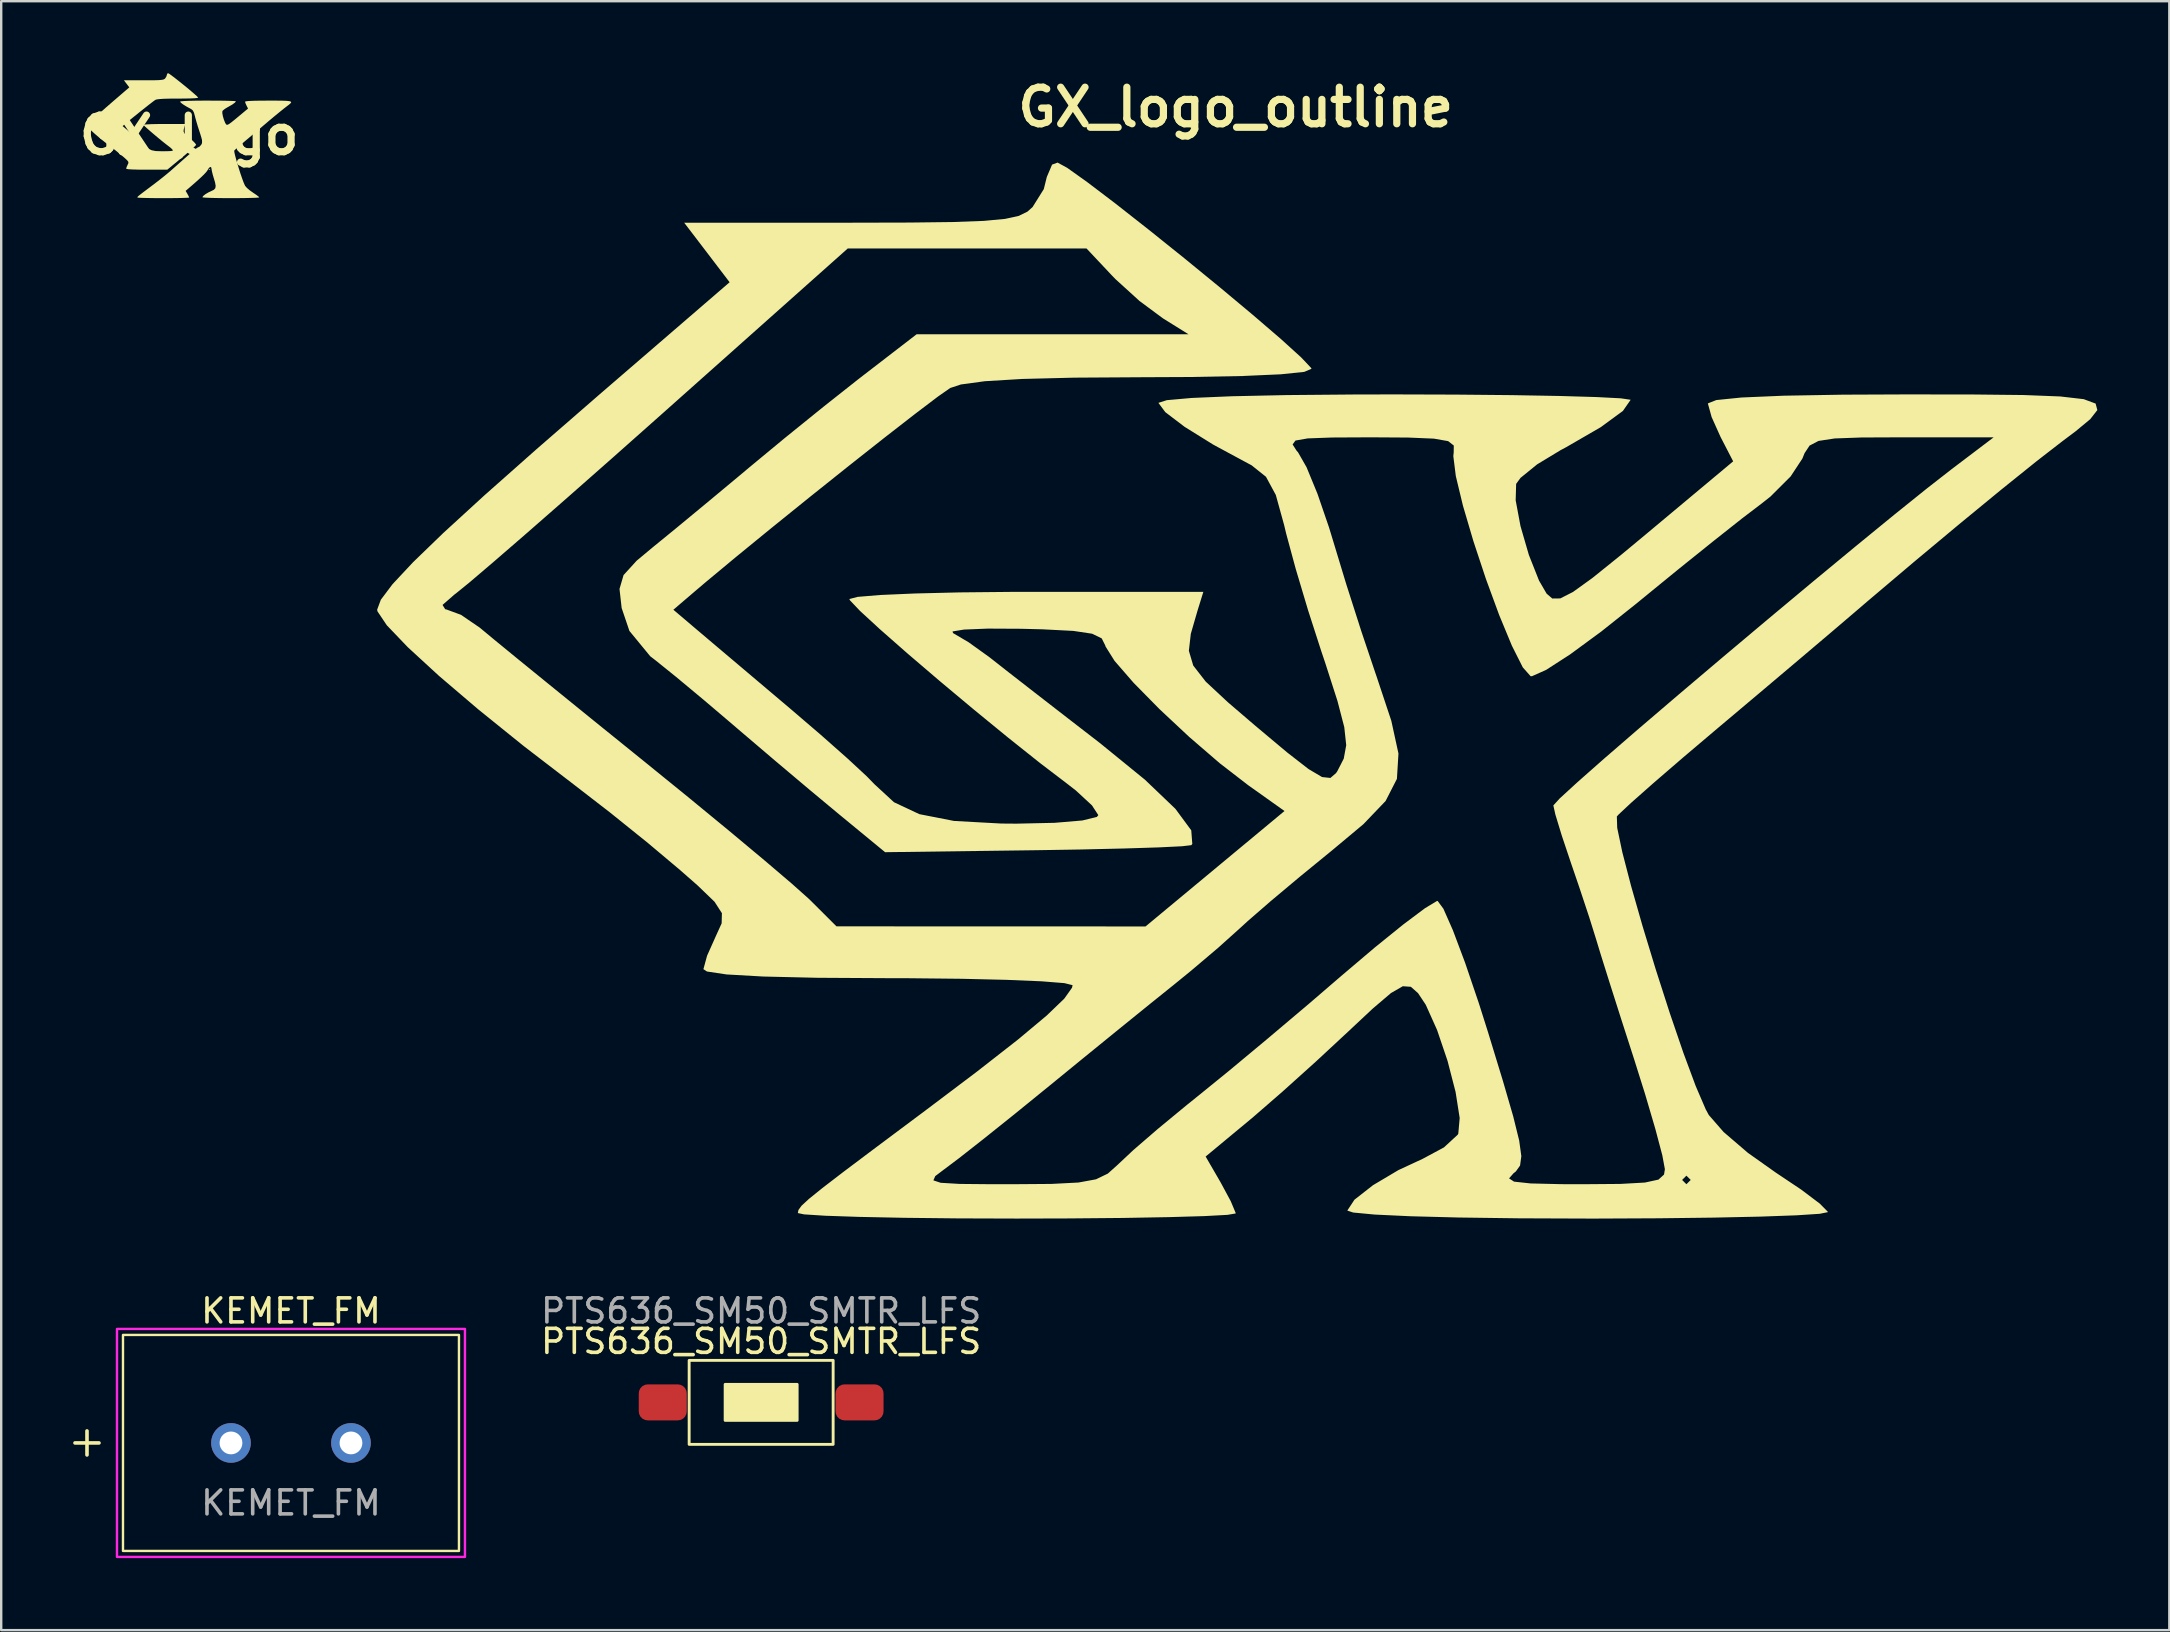
<source format=kicad_pcb>
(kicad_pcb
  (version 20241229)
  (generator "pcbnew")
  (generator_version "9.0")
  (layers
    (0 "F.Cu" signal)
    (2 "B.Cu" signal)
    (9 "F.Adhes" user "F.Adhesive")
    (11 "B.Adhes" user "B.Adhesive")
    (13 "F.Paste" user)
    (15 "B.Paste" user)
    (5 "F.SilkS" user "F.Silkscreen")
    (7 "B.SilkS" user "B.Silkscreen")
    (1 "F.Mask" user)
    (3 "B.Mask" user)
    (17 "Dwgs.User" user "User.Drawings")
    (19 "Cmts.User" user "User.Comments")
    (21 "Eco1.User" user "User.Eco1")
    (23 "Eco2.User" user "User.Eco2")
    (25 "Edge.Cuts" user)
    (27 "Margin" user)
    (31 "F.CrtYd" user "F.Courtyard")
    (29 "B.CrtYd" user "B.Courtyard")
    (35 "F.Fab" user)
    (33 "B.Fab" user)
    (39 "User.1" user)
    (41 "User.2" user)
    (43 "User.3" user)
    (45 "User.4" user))
  (footprint "GX_logo"
    (layer "F.Cu")
    (at 4.833 2.582)
    (property "Reference" "GX_logo" (at 0 0 0) (layer "F.SilkS") (effects (font (size 1.524 1.524) (thickness 0.3))))
    (attr board_only exclude_from_pos_files exclude_from_bom)
    (fp_poly (pts (xy 0.875 1.411) (xy 0.869 1.436) (xy 0.847 1.439) (xy 0.812 1.424) (xy 0.818 1.411) (xy 0.869 1.406)) (stroke (width 0) (type solid)) (fill yes) (layer "F.SilkS"))
    (fp_poly (pts (xy -0.831 -2.557) (xy -0.732 -2.486) (xy -0.595 -2.382) (xy -0.431 -2.253) (xy -0.255 -2.112) (xy -0.078 -1.968) (xy 0.085 -1.831) (xy 0.223 -1.712) (xy 0.323 -1.622) (xy 0.372 -1.57) (xy 0.374 -1.566) (xy 0.338 -1.55) (xy 0.222 -1.538) (xy 0.031 -1.53) (xy -0.23 -1.525) (xy -0.463 -1.524) (xy -0.797 -1.522) (xy -1.053 -1.516) (xy -1.237 -1.504) (xy -1.355 -1.488) (xy -1.407 -1.471) (xy -1.467 -1.429) (xy -1.579 -1.345) (xy -1.73 -1.227) (xy -1.907 -1.087) (xy -2.097 -0.935) (xy -2.287 -0.782) (xy -2.463 -0.639) (xy -2.612 -0.514) (xy -2.659 -0.475) (xy -2.773 -0.378) (xy -2.663 -0.284) (xy -2.584 -0.218) (xy -2.461 -0.113) (xy -2.31 0.014) (xy -2.197 0.11) (xy -2.046 0.24) (xy -1.914 0.356) (xy -1.819 0.444) (xy -1.781 0.483) (xy -1.685 0.572) (xy -1.56 0.63) (xy -1.389 0.664) (xy -1.156 0.677) (xy -1.082 0.677) (xy -0.893 0.673) (xy -0.756 0.662) (xy -0.685 0.644) (xy -0.677 0.635) (xy -0.709 0.587) (xy -0.788 0.514) (xy -0.836 0.477) (xy -0.965 0.378) (xy -1.12 0.255) (xy -1.289 0.116) (xy -1.46 -0.027) (xy -1.619 -0.163) (xy -1.754 -0.281) (xy -1.853 -0.372) (xy -1.902 -0.424) (xy -1.905 -0.43) (xy -1.865 -0.441) (xy -1.752 -0.45) (xy -1.58 -0.458) (xy -1.361 -0.463) (xy -1.107 -0.466) (xy -1.032 -0.466) (xy -0.159 -0.466) (xy -0.189 -0.37) (xy -0.225 -0.245) (xy -0.234 -0.157) (xy -0.206 -0.084) (xy -0.132 -0.004) (xy -0.003 0.105) (xy 0.02 0.123) (xy 0.146 0.232) (xy 0.239 0.327) (xy 0.286 0.391) (xy 0.288 0.404) (xy 0.252 0.448) (xy 0.162 0.535) (xy 0.027 0.655) (xy -0.142 0.801) (xy -0.318 0.948) (xy -0.91 1.437) (xy -1.767 1.438) (xy -2.105 1.437) (xy -2.359 1.43) (xy -2.529 1.42) (xy -2.614 1.404) (xy -2.625 1.395) (xy -2.607 1.328) (xy -2.563 1.232) (xy -2.535 1.169) (xy -2.533 1.119) (xy -2.57 1.063) (xy -2.653 0.982) (xy -2.74 0.906) (xy -2.898 0.773) (xy -3.085 0.622) (xy -3.26 0.487) (xy -3.26 0.487) (xy -3.509 0.296) (xy -3.734 0.114) (xy -3.928 -0.051) (xy -4.082 -0.192) (xy -4.186 -0.301) (xy -4.232 -0.37) (xy -4.233 -0.378) (xy -4.215 -0.427) (xy -4.158 -0.503) (xy -4.056 -0.612) (xy -3.907 -0.756) (xy -3.706 -0.941) (xy -3.447 -1.17) (xy -3.128 -1.447) (xy -3.098 -1.472) (xy -2.495 -1.992) (xy -2.607 -2.139) (xy -2.719 -2.286) (xy -1.895 -2.286) (xy -1.609 -2.287) (xy -1.395 -2.289) (xy -1.242 -2.295) (xy -1.137 -2.305) (xy -1.069 -2.32) (xy -1.027 -2.341) (xy -1.001 -2.363) (xy -0.946 -2.452) (xy -0.931 -2.512) (xy -0.905 -2.572) (xy -0.878 -2.582)) (stroke (width 0) (type solid)) (fill yes) (layer "F.SilkS"))
    (fp_poly (pts (xy 3.634 -1.439) (xy 3.885 -1.436) (xy 4.066 -1.429) (xy 4.182 -1.416) (xy 4.24 -1.394) (xy 4.249 -1.362) (xy 4.214 -1.317) (xy 4.142 -1.258) (xy 4.076 -1.208) (xy 3.951 -1.111) (xy 3.777 -0.971) (xy 3.57 -0.801) (xy 3.344 -0.613) (xy 3.116 -0.419) (xy 3.046 -0.36) (xy 2.94 -0.269) (xy 2.787 -0.14) (xy 2.607 0.012) (xy 2.418 0.172) (xy 2.375 0.208) (xy 2.206 0.351) (xy 2.06 0.477) (xy 1.95 0.574) (xy 1.888 0.632) (xy 1.879 0.642) (xy 1.881 0.698) (xy 1.906 0.818) (xy 1.95 0.985) (xy 2.007 1.183) (xy 2.072 1.397) (xy 2.14 1.611) (xy 2.208 1.807) (xy 2.268 1.971) (xy 2.318 2.086) (xy 2.333 2.114) (xy 2.406 2.198) (xy 2.526 2.301) (xy 2.662 2.397) (xy 2.788 2.482) (xy 2.88 2.551) (xy 2.92 2.591) (xy 2.92 2.593) (xy 2.88 2.601) (xy 2.766 2.609) (xy 2.588 2.615) (xy 2.358 2.62) (xy 2.086 2.623) (xy 1.783 2.625) (xy 1.736 2.625) (xy 1.395 2.623) (xy 1.101 2.619) (xy 0.862 2.613) (xy 0.685 2.605) (xy 0.579 2.595) (xy 0.55 2.585) (xy 0.586 2.532) (xy 0.677 2.46) (xy 0.803 2.385) (xy 0.922 2.33) (xy 1.03 2.276) (xy 1.089 2.21) (xy 1.104 2.113) (xy 1.078 1.969) (xy 1.034 1.82) (xy 0.985 1.655) (xy 0.949 1.51) (xy 0.932 1.413) (xy 0.932 1.404) (xy 0.913 1.332) (xy 0.865 1.33) (xy 0.804 1.393) (xy 0.771 1.452) (xy 0.719 1.527) (xy 0.618 1.637) (xy 0.465 1.784) (xy 0.253 1.975) (xy 0 2.195) (xy -0.148 2.322) (xy -0.074 2.448) (xy -0.024 2.54) (xy -0.000335 2.596) (xy 0 2.599) (xy -0.04 2.606) (xy -0.154 2.612) (xy -0.33 2.618) (xy -0.558 2.622) (xy -0.825 2.624) (xy -1.079 2.625) (xy -1.372 2.624) (xy -1.634 2.621) (xy -1.855 2.616) (xy -2.024 2.611) (xy -2.128 2.604) (xy -2.159 2.598) (xy -2.156 2.583) (xy -2.142 2.562) (xy -2.106 2.529) (xy -2.041 2.476) (xy -1.936 2.395) (xy -1.783 2.28) (xy -1.573 2.122) (xy -1.542 2.099) (xy -1.334 1.94) (xy -1.123 1.775) (xy -0.932 1.62) (xy -0.783 1.495) (xy -0.762 1.476) (xy -0.461 1.209) (xy -0.217 0.993) (xy -0.024 0.824) (xy 0.123 0.697) (xy 0.23 0.607) (xy 0.304 0.548) (xy 0.349 0.517) (xy 0.371 0.508) (xy 0.437 0.474) (xy 0.505 0.395) (xy 0.547 0.306) (xy 0.55 0.28) (xy 0.537 0.209) (xy 0.502 0.081) (xy 0.452 -0.083) (xy 0.422 -0.173) (xy 0.357 -0.375) (xy 0.296 -0.58) (xy 0.249 -0.752) (xy 0.239 -0.795) (xy 0.198 -0.943) (xy 0.149 -1.033) (xy 0.078 -1.09) (xy 0.06 -1.099) (xy -0.111 -1.192) (xy -0.252 -1.28) (xy -0.347 -1.352) (xy -0.381 -1.398) (xy -0.339 -1.411) (xy -0.217 -1.422) (xy -0.019 -1.43) (xy 0.251 -1.436) (xy 0.588 -1.439) (xy 0.783 -1.439) (xy 1.087 -1.438) (xy 1.362 -1.436) (xy 1.596 -1.432) (xy 1.778 -1.426) (xy 1.899 -1.42) (xy 1.947 -1.413) (xy 1.947 -1.412) (xy 1.909 -1.358) (xy 1.801 -1.278) (xy 1.629 -1.179) (xy 1.603 -1.165) (xy 1.487 -1.095) (xy 1.405 -1.028) (xy 1.383 -0.998) (xy 1.381 -0.917) (xy 1.404 -0.79) (xy 1.446 -0.648) (xy 1.496 -0.521) (xy 1.533 -0.457) (xy 1.561 -0.433) (xy 1.601 -0.433) (xy 1.663 -0.465) (xy 1.759 -0.535) (xy 1.901 -0.649) (xy 2.02 -0.748) (xy 2.453 -1.109) (xy 2.391 -1.23) (xy 2.347 -1.328) (xy 2.328 -1.394) (xy 2.328 -1.395) (xy 2.37 -1.411) (xy 2.494 -1.424) (xy 2.702 -1.433) (xy 2.993 -1.438) (xy 3.306 -1.439)) (stroke (width 0) (type solid)) (fill yes) (layer "F.SilkS")))
  (footprint "KEMET_FM"
    (layer "F.Cu")
    (at 9.075 57.077)
    (property "Reference" "KEMET_FM" (at 0 -5.5 0) (unlocked yes) (layer "F.SilkS") (effects (font (size 1 1) (thickness 0.15))))
    (attr smd)
    (fp_line (start -9 0) (end -8 0) (stroke (width 0.15) (type default)) (layer "F.SilkS"))
    (fp_line (start -8.5 -0.5) (end -8.5 0.5) (stroke (width 0.15) (type default)) (layer "F.SilkS"))
    (fp_rect (start -7 -4.5) (end 7 4.5) (stroke (width 0.1) (type default)) (fill no) (layer "F.SilkS"))
    (fp_rect (start -7.25 -4.75) (end 7.25 4.75) (stroke (width 0.1) (type default)) (fill no) (layer "F.CrtYd"))
    (fp_text user "${REFERENCE}" (at 0 2.5 0) (unlocked yes) (layer "F.Fab") (effects (font (size 1 1) (thickness 0.15))))
    (pad "1" thru_hole circle (at -2.5 0) (size 1.65 1.65) (drill 0.95) (layers "*.Cu" "*.Mask"))
    (pad "2" thru_hole circle (at 2.5 0) (size 1.65 1.65) (drill 0.95) (layers "*.Cu" "*.Mask")))
  (footprint "GX_logo_outline"
    (layer "F.Cu")
    (at 48.441 25.548)
    (property "Reference" "GX_logo_outline" (at 0 -24.13 0) (layer "F.SilkS") (effects (font (size 1.524 1.524) (thickness 0.3))))
    (attr board_only exclude_from_pos_files exclude_from_bom)
    (fp_poly (pts (xy -7.022 -21.605) (xy -6.187 -21.01) (xy -5.024 -20.127) (xy -3.644 -19.043) (xy -2.153 -17.847) (xy -0.662 -16.627) (xy 0.721 -15.471) (xy 1.889 -14.467) (xy 2.731 -13.703) (xy 3.141 -13.268) (xy 3.16 -13.231) (xy 2.857 -13.102) (xy 1.879 -13.001) (xy 0.265 -12.929) (xy -1.945 -12.888) (xy -3.91 -12.879) (xy -6.734 -12.861) (xy -8.897 -12.807) (xy -10.451 -12.713) (xy -11.451 -12.577) (xy -11.892 -12.432) (xy -12.397 -12.08) (xy -13.343 -11.363) (xy -14.621 -10.37) (xy -16.118 -9.188) (xy -17.723 -7.906) (xy -19.326 -6.612) (xy -20.814 -5.396) (xy -22.077 -4.346) (xy -22.473 -4.01) (xy -23.432 -3.19) (xy -22.501 -2.4) (xy -21.841 -1.841) (xy -20.795 -0.957) (xy -19.525 0.117) (xy -18.566 0.928) (xy -17.287 2.024) (xy -16.177 3.006) (xy -15.374 3.75) (xy -15.051 4.082) (xy -14.239 4.831) (xy -13.181 5.328) (xy -11.736 5.611) (xy -9.765 5.719) (xy -9.14 5.724) (xy -7.545 5.689) (xy -6.388 5.591) (xy -5.785 5.443) (xy -5.724 5.368) (xy -5.989 4.962) (xy -6.661 4.341) (xy -7.065 4.027) (xy -8.153 3.198) (xy -9.466 2.152) (xy -10.897 0.981) (xy -12.339 -0.225) (xy -13.684 -1.375) (xy -14.826 -2.379) (xy -15.657 -3.144) (xy -16.072 -3.581) (xy -16.099 -3.636) (xy -15.758 -3.726) (xy -14.808 -3.805) (xy -13.354 -3.868) (xy -11.5 -3.913) (xy -9.353 -3.934) (xy -8.723 -3.935) (xy -1.348 -3.935) (xy -1.597 -3.13) (xy -1.87 -2.187) (xy -1.951 -1.48) (xy -1.769 -0.865) (xy -1.248 -0.195) (xy -0.317 0.672) (xy 0.826 1.651) (xy 2.146 2.757) (xy 3.035 3.448) (xy 3.6 3.782) (xy 3.947 3.819) (xy 4.182 3.617) (xy 4.237 3.534) (xy 4.503 3.015) (xy 4.606 2.454) (xy 4.525 1.702) (xy 4.241 0.611) (xy 3.734 -0.966) (xy 3.567 -1.463) (xy 3.016 -3.17) (xy 2.499 -4.902) (xy 2.105 -6.358) (xy 2.019 -6.718) (xy 1.672 -7.973) (xy 1.262 -8.731) (xy 0.66 -9.211) (xy 0.509 -9.291) (xy -0.938 -10.072) (xy -2.13 -10.813) (xy -2.934 -11.425) (xy -3.22 -11.811) (xy -2.868 -11.923) (xy -1.837 -12.015) (xy -0.163 -12.086) (xy 2.119 -12.135) (xy 4.973 -12.16) (xy 6.618 -12.163) (xy 9.188 -12.155) (xy 11.507 -12.133) (xy 13.484 -12.098) (xy 15.029 -12.053) (xy 16.049 -12) (xy 16.453 -11.94) (xy 16.456 -11.935) (xy 16.135 -11.474) (xy 15.216 -10.8) (xy 13.767 -9.961) (xy 13.55 -9.846) (xy 12.564 -9.25) (xy 11.869 -8.685) (xy 11.687 -8.435) (xy 11.667 -7.75) (xy 11.868 -6.675) (xy 12.217 -5.473) (xy 12.64 -4.406) (xy 12.957 -3.86) (xy 13.193 -3.658) (xy 13.527 -3.662) (xy 14.054 -3.93) (xy 14.869 -4.517) (xy 16.067 -5.482) (xy 17.073 -6.317) (xy 20.73 -9.374) (xy 20.203 -10.393) (xy 19.833 -11.218) (xy 19.676 -11.784) (xy 19.676 -11.788) (xy 20.026 -11.927) (xy 21.077 -12.034) (xy 22.832 -12.109) (xy 25.297 -12.152) (xy 27.934 -12.163) (xy 30.713 -12.16) (xy 32.835 -12.137) (xy 34.357 -12.078) (xy 35.337 -11.965) (xy 35.834 -11.781) (xy 35.905 -11.509) (xy 35.608 -11.13) (xy 35.002 -10.628) (xy 34.443 -10.208) (xy 33.386 -9.389) (xy 31.917 -8.208) (xy 30.166 -6.769) (xy 28.26 -5.179) (xy 26.329 -3.544) (xy 25.742 -3.041) (xy 24.844 -2.275) (xy 23.555 -1.182) (xy 22.032 0.105) (xy 20.434 1.452) (xy 20.074 1.755) (xy 18.642 2.968) (xy 17.41 4.031) (xy 16.481 4.852) (xy 15.957 5.342) (xy 15.883 5.426) (xy 15.898 5.898) (xy 16.11 6.909) (xy 16.477 8.322) (xy 16.957 10.001) (xy 17.508 11.81) (xy 18.088 13.613) (xy 18.656 15.274) (xy 19.169 16.657) (xy 19.585 17.625) (xy 19.715 17.865) (xy 20.33 18.571) (xy 21.344 19.441) (xy 22.5 20.26) (xy 23.564 20.972) (xy 24.34 21.557) (xy 24.674 21.896) (xy 24.677 21.912) (xy 24.336 21.981) (xy 23.371 22.044) (xy 21.87 22.098) (xy 19.926 22.14) (xy 17.627 22.168) (xy 15.066 22.18) (xy 14.668 22.18) (xy 11.787 22.169) (xy 9.304 22.136) (xy 7.284 22.083) (xy 5.793 22.013) (xy 4.896 21.928) (xy 4.651 21.847) (xy 4.949 21.394) (xy 5.722 20.789) (xy 6.783 20.159) (xy 7.795 19.689) (xy 8.679 19.214) (xy 9.251 18.686) (xy 9.276 18.643) (xy 9.334 17.989) (xy 9.163 16.903) (xy 8.828 15.607) (xy 8.392 14.321) (xy 7.919 13.268) (xy 7.599 12.787) (xy 7.3 12.522) (xy 6.966 12.498) (xy 6.474 12.78) (xy 5.703 13.437) (xy 4.678 14.397) (xy 3.346 15.634) (xy 1.946 16.894) (xy 0.741 17.94) (xy 0.532 18.115) (xy -1.252 19.595) (xy -0.626 20.675) (xy -0.206 21.455) (xy -0.003 21.94) (xy 0 21.967) (xy -0.342 22.025) (xy -1.305 22.077) (xy -2.793 22.12) (xy -4.712 22.154) (xy -6.968 22.174) (xy -9.123 22.18) (xy -11.593 22.172) (xy -13.809 22.148) (xy -15.677 22.11) (xy -17.101 22.062) (xy -17.986 22.005) (xy -18.245 21.951) (xy -18.22 21.823) (xy -18.093 21.647) (xy -17.786 21.363) (xy -17.223 20.908) (xy -16.806 20.588) (xy -12.597 20.588) (xy -12.291 20.689) (xy -11.504 20.736) (xy -10.139 20.749) (xy -9.364 20.749) (xy -7.68 20.736) (xy -6.552 20.678) (xy -5.821 20.544) (xy -5.327 20.305) (xy -4.911 19.933) (xy -4.902 19.923) (xy -4.261 19.322) (xy -3.241 18.441) (xy -2.028 17.44) (xy -1.61 17.104) (xy -0.313 16.051) (xy 1.302 14.707) (xy 3.021 13.255) (xy 4.449 12.027) (xy 5.803 10.879) (xy 6.985 9.924) (xy 7.881 9.252) (xy 8.377 8.952) (xy 8.415 8.944) (xy 8.655 9.268) (xy 9.05 10.163) (xy 9.558 11.515) (xy 10.133 13.207) (xy 10.509 14.394) (xy 11.136 16.445) (xy 11.565 17.922) (xy 11.814 18.931) (xy 11.903 19.578) (xy 11.85 19.97) (xy 11.676 20.214) (xy 11.573 20.297) (xy 11.392 20.506) (xy 11.6 20.641) (xy 12.291 20.716) (xy 13.557 20.746) (xy 14.42 20.749) (xy 16.03 20.736) (xy 17.052 20.679) (xy 17.554 20.57) (xy 18.603 20.57) (xy 18.782 20.749) (xy 18.961 20.57) (xy 18.782 20.392) (xy 18.603 20.57) (xy 17.554 20.57) (xy 17.616 20.557) (xy 17.849 20.346) (xy 17.885 20.123) (xy 17.778 19.545) (xy 17.489 18.452) (xy 17.064 17.007) (xy 16.61 15.562) (xy 16.068 13.88) (xy 15.58 12.348) (xy 15.205 11.154) (xy 15.023 10.554) (xy 14.732 9.624) (xy 14.308 8.346) (xy 13.973 7.368) (xy 13.587 6.216) (xy 13.32 5.338) (xy 13.237 4.964) (xy 13.5 4.675) (xy 14.235 4.001) (xy 15.361 3.007) (xy 16.799 1.763) (xy 18.467 0.337) (xy 20.286 -1.204) (xy 22.174 -2.792) (xy 24.051 -4.359) (xy 25.837 -5.836) (xy 27.45 -7.156) (xy 28.812 -8.251) (xy 29.834 -9.048) (xy 31.585 -10.375) (xy 27.768 -10.375) (xy 26.076 -10.368) (xy 24.962 -10.328) (xy 24.287 -10.225) (xy 23.914 -10.03) (xy 23.705 -9.714) (xy 23.616 -9.492) (xy 23.124 -8.744) (xy 22.284 -7.906) (xy 21.914 -7.614) (xy 21.122 -7.011) (xy 19.932 -6.07) (xy 18.494 -4.915) (xy 16.962 -3.664) (xy 16.715 -3.461) (xy 15.227 -2.277) (xy 13.931 -1.326) (xy 12.935 -0.683) (xy 12.348 -0.421) (xy 12.289 -0.421) (xy 11.964 -0.788) (xy 11.51 -1.69) (xy 10.979 -2.971) (xy 10.427 -4.475) (xy 9.906 -6.046) (xy 9.47 -7.526) (xy 9.173 -8.76) (xy 9.069 -9.591) (xy 9.085 -9.749) (xy 9.088 -10.033) (xy 8.854 -10.216) (xy 8.261 -10.32) (xy 7.188 -10.365) (xy 5.635 -10.375) (xy 4.015 -10.367) (xy 3.004 -10.33) (xy 2.492 -10.241) (xy 2.372 -10.078) (xy 2.537 -9.818) (xy 2.599 -9.749) (xy 2.953 -9.129) (xy 3.409 -8.02) (xy 3.888 -6.624) (xy 4.053 -6.082) (xy 4.607 -4.257) (xy 5.239 -2.283) (xy 5.819 -0.56) (xy 5.87 -0.413) (xy 6.485 1.437) (xy 6.783 2.802) (xy 6.719 3.857) (xy 6.247 4.779) (xy 5.324 5.744) (xy 4.025 6.83) (xy 2.696 7.916) (xy 1.455 8.956) (xy 0.493 9.792) (xy 0.179 10.079) (xy -0.726 10.892) (xy -1.877 11.867) (xy -2.573 12.434) (xy -3.527 13.201) (xy -4.853 14.275) (xy -6.367 15.507) (xy -7.761 16.646) (xy -9.184 17.803) (xy -10.483 18.843) (xy -11.517 19.655) (xy -12.144 20.127) (xy -12.154 20.134) (xy -12.519 20.41) (xy -12.597 20.588) (xy -16.806 20.588) (xy -16.324 20.218) (xy -15.014 19.233) (xy -13.213 17.888) (xy -13.027 17.75) (xy -10.779 16.054) (xy -9.078 14.725) (xy -7.88 13.724) (xy -7.142 13.015) (xy -6.82 12.561) (xy -6.797 12.454) (xy -7.138 12.369) (xy -8.09 12.293) (xy -9.552 12.232) (xy -11.419 12.188) (xy -13.589 12.165) (xy -14.489 12.163) (xy -17.445 12.146) (xy -19.686 12.094) (xy -21.215 12.007) (xy -22.031 11.885) (xy -22.18 11.788) (xy -22.027 11.227) (xy -21.662 10.41) (xy -21.42 9.878) (xy -21.409 9.454) (xy -21.715 8.98) (xy -22.421 8.299) (xy -23.155 7.655) (xy -24.493 6.529) (xy -26.071 5.259) (xy -27.548 4.118) (xy -27.553 4.114) (xy -29.653 2.502) (xy -31.559 0.964) (xy -33.197 -0.433) (xy -34.493 -1.624) (xy -35.373 -2.543) (xy -35.762 -3.123) (xy -35.775 -3.195) (xy -35.702 -3.39) (xy -33.051 -3.39) (xy -32.938 -3.209) (xy -32.903 -3.207) (xy -32.284 -2.979) (xy -31.498 -2.443) (xy -31.449 -2.402) (xy -30.895 -1.942) (xy -29.883 -1.113) (xy -28.512 0.002) (xy -26.882 1.325) (xy -25.091 2.772) (xy -24.652 3.127) (xy -22.823 4.612) (xy -21.12 6.013) (xy -19.646 7.244) (xy -18.503 8.218) (xy -17.794 8.85) (xy -17.708 8.933) (xy -16.635 10.003) (xy -10.196 10.005) (xy -3.756 10.007) (xy 2.034 5.197) (xy 0.515 4.117) (xy -0.663 3.207) (xy -1.936 2.11) (xy -3.176 0.95) (xy -4.256 -0.148) (xy -5.048 -1.06) (xy -5.424 -1.66) (xy -5.434 -1.7) (xy -5.583 -1.997) (xy -5.982 -2.191) (xy -6.763 -2.308) (xy -8.061 -2.375) (xy -8.948 -2.397) (xy -10.33 -2.404) (xy -11.321 -2.364) (xy -11.799 -2.286) (xy -11.778 -2.218) (xy -11.126 -1.833) (xy -10.275 -1.222) (xy -10.168 -1.139) (xy -9.472 -0.592) (xy -8.365 0.269) (xy -7.004 1.324) (xy -5.652 2.369) (xy -3.783 3.891) (xy -2.512 5.106) (xy -1.851 6.002) (xy -1.808 6.569) (xy -1.85 6.62) (xy -2.231 6.665) (xy -3.21 6.713) (xy -4.671 6.759) (xy -6.497 6.801) (xy -8.293 6.83) (xy -14.609 6.913) (xy -16.516 5.343) (xy -17.717 4.344) (xy -19.181 3.11) (xy -20.633 1.873) (xy -20.931 1.618) (xy -22.168 0.566) (xy -23.312 -0.386) (xy -24.177 -1.083) (xy -24.396 -1.252) (xy -25.264 -2.308) (xy -25.587 -3.263) (xy -25.676 -4.058) (xy -25.507 -4.635) (xy -24.961 -5.234) (xy -24.322 -5.767) (xy -23.342 -6.567) (xy -22.049 -7.636) (xy -20.677 -8.778) (xy -20.266 -9.123) (xy -18.785 -10.348) (xy -17.176 -11.649) (xy -15.746 -12.78) (xy -15.503 -12.968) (xy -13.297 -14.668) (xy -7.632 -14.669) (xy -1.968 -14.67) (xy -3.041 -15.339) (xy -4.01 -16.058) (xy -5.01 -16.967) (xy -5.165 -17.127) (xy -6.216 -18.245) (xy -16.164 -18.245) (xy -23.912 -11.345) (xy -25.937 -9.547) (xy -27.826 -7.882) (xy -29.502 -6.415) (xy -30.89 -5.213) (xy -31.912 -4.342) (xy -32.492 -3.87) (xy -32.545 -3.832) (xy -33.051 -3.39) (xy -35.702 -3.39) (xy -35.621 -3.608) (xy -35.135 -4.254) (xy -34.28 -5.169) (xy -33.018 -6.389) (xy -31.314 -7.949) (xy -29.13 -9.884) (xy -26.43 -12.231) (xy -26.184 -12.443) (xy -21.088 -16.837) (xy -22.034 -18.078) (xy -22.981 -19.318) (xy -16.018 -19.318) (xy -13.595 -19.324) (xy -11.787 -19.346) (xy -10.492 -19.394) (xy -9.609 -19.477) (xy -9.038 -19.602) (xy -8.676 -19.78) (xy -8.462 -19.973) (xy -7.996 -20.718) (xy -7.87 -21.225) (xy -7.651 -21.738) (xy -7.423 -21.823)) (stroke (width 0) (type solid)) (fill yes) (layer "F.SilkS")))
  (footprint "PTS636_SM50_SMTR_LFS"
    (layer "F.Cu")
    (at 28.667 55.387)
    (property "Reference" "PTS636_SM50_SMTR_LFS" (at 0 -2.54 0) (unlocked yes) (layer "F.SilkS") (effects (font (size 1 1) (thickness 0.15))))
    (attr smd)
    (fp_rect (start -3 -1.75) (end 3 1.75) (stroke (width 0.12) (type solid)) (fill no) (layer "F.SilkS"))
    (fp_rect (start -1.5 -0.75) (end 1.5 0.75) (stroke (width 0.12) (type solid)) (fill yes) (layer "F.SilkS"))
    (fp_text user "${REFERENCE}" (at 0 -3.81 0) (unlocked yes) (layer "F.Fab") (effects (font (size 1 1) (thickness 0.15))))
    (pad "1" smd roundrect (at -4.1 0) (size 2 1.5) (layers "F.Cu" "F.Mask" "F.Paste") (roundrect_rratio 0.25))
    (pad "2" smd roundrect (at 4.1 0) (size 2 1.5) (layers "F.Cu" "F.Mask" "F.Paste") (roundrect_rratio 0.25)))
  (gr_rect
    (start -3 -3)
    (end 87.346 64.877)
    (stroke (width 0.1) (type default))
    (fill no)
    (layer "Edge.Cuts")))
</source>
